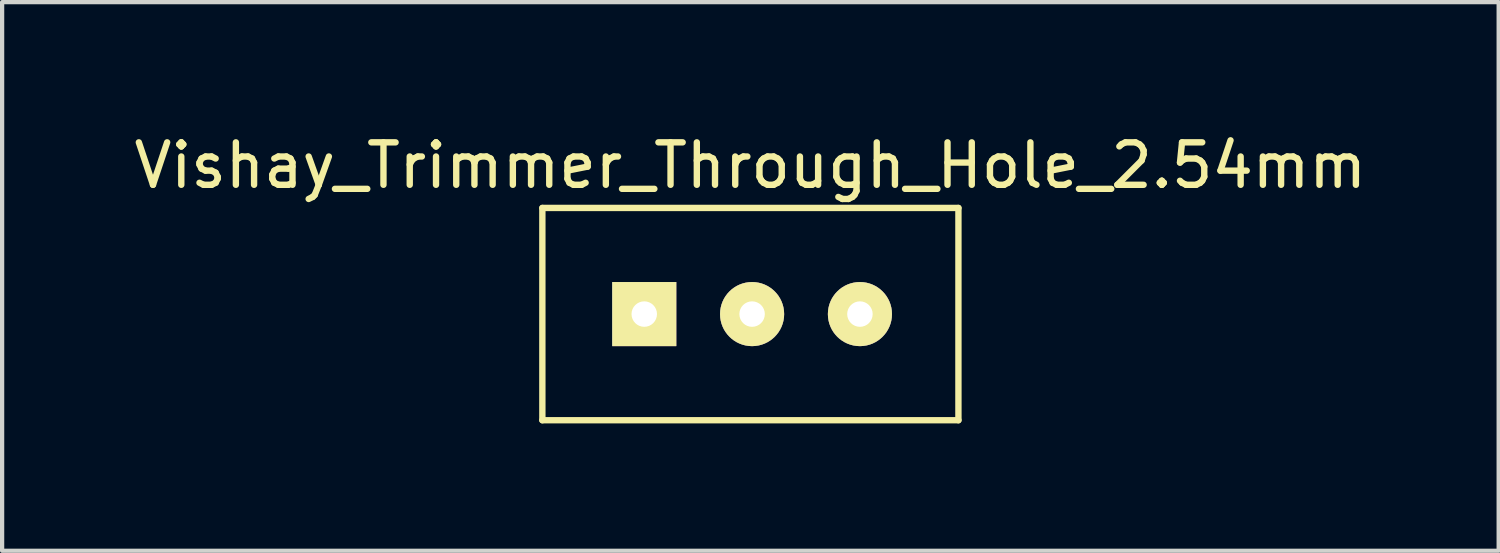
<source format=kicad_pcb>
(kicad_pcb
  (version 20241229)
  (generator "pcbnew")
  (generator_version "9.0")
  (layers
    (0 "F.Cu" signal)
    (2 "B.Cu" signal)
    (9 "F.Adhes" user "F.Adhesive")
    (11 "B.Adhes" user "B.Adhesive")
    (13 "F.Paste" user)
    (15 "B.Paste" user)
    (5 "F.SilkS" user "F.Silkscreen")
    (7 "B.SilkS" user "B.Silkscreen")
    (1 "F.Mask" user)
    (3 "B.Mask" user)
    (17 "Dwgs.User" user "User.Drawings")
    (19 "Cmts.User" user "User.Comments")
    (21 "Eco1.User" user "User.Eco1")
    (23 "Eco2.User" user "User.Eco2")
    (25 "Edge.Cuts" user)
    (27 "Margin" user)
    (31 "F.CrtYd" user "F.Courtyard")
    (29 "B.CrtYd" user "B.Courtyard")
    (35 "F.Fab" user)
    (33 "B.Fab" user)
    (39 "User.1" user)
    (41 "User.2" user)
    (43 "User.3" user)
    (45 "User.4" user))
  (footprint "Vishay_Trimmer_Through_Hole_2.54mm"
    (layer "F.Cu")
    (at 12.125 4.348)
    (property "Reference" "Vishay_Trimmer_Through_Hole_2.54mm" (at 2.5 -3.5 0) (layer "F.SilkS") (effects (font (size 1 1) (thickness 0.15))))
    (attr through_hole)
    (fp_line (start -2.4 -2.5) (end -2.4 2.5) (stroke (width 0.15) (type solid)) (layer "F.SilkS"))
    (fp_line (start -2.4 -2.5) (end 7.4 -2.5) (stroke (width 0.15) (type solid)) (layer "F.SilkS"))
    (fp_line (start 7.4 -2.5) (end 7.4 2.5) (stroke (width 0.15) (type solid)) (layer "F.SilkS"))
    (fp_line (start 7.4 2.5) (end -2.4 2.5) (stroke (width 0.15) (type solid)) (layer "F.SilkS"))
    (pad "1" thru_hole rect (at 0 0) (size 1.51 1.51) (drill 0.6) (layers "*.Cu" "*.Mask" "F.SilkS"))
    (pad "2" thru_hole circle (at 2.54 0) (size 1.51 1.51) (drill 0.6) (layers "*.Cu" "*.Mask" "F.SilkS"))
    (pad "3" thru_hole circle (at 5.08 0) (size 1.51 1.51) (drill 0.6) (layers "*.Cu" "*.Mask" "F.SilkS")))
  (gr_rect
    (start -3 -3)
    (end 32.25 9.923)
    (stroke (width 0.1) (type default))
    (fill no)
    (layer "Edge.Cuts")))
</source>
